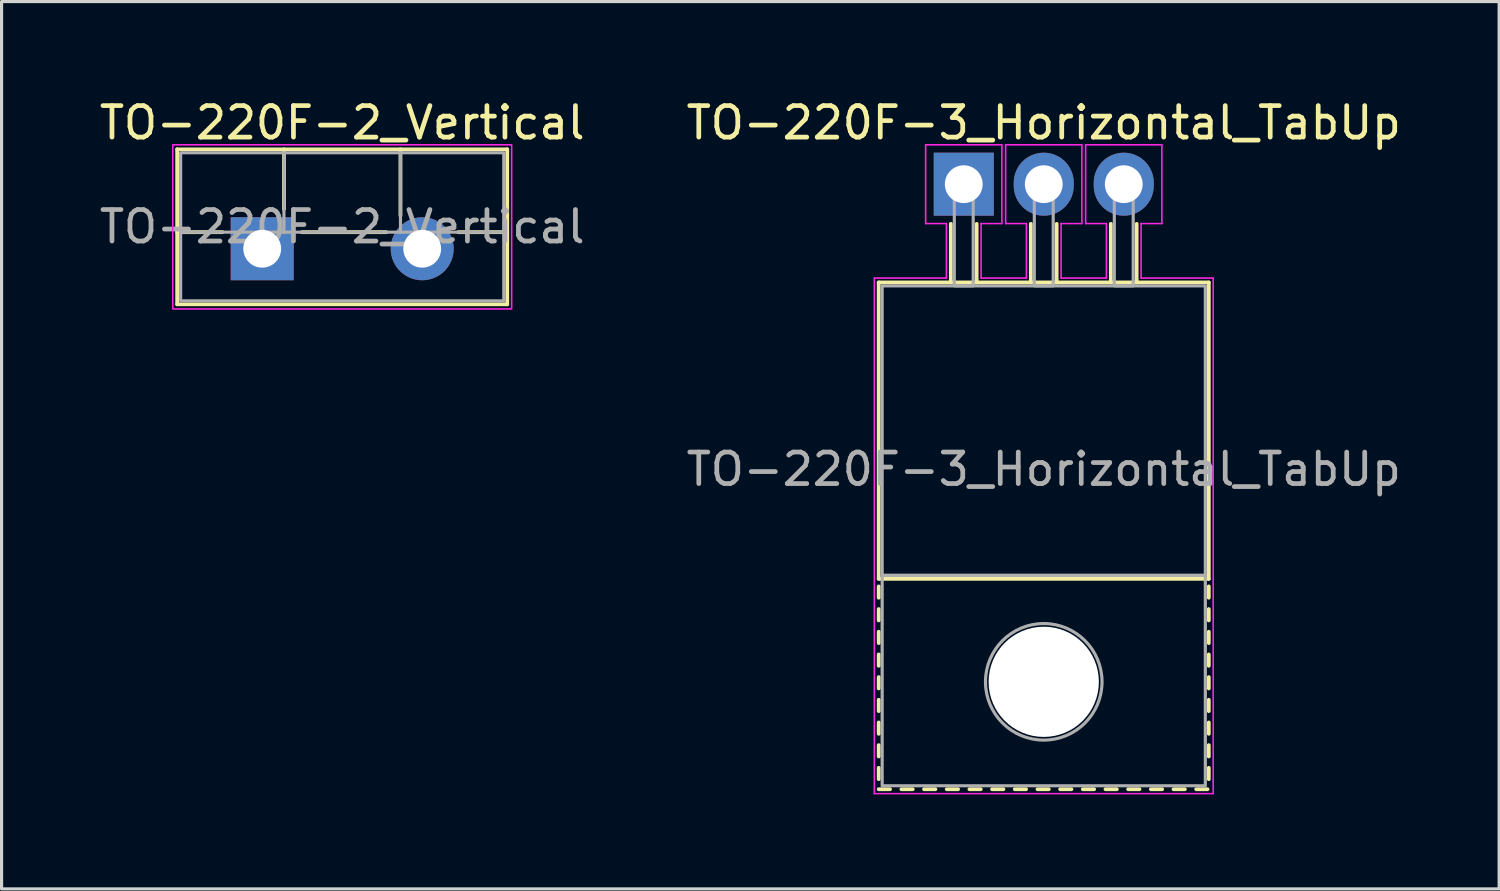
<source format=kicad_pcb>
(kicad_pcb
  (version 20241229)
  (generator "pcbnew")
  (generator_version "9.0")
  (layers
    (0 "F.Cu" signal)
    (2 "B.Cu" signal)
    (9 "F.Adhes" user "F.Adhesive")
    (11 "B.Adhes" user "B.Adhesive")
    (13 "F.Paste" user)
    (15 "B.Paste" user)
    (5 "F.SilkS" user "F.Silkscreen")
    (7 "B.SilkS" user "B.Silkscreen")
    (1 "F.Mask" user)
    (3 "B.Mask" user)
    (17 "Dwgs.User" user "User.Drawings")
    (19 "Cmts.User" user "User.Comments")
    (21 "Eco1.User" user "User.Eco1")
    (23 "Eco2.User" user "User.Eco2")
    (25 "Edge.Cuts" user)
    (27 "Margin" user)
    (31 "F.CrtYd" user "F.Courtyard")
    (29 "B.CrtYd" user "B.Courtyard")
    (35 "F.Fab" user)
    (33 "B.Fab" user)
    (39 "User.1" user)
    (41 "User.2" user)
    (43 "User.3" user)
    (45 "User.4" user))
  (footprint "TO-220F-3_Horizontal_TabUp"
    (layer "F.Cu")
    (at 27.549 2.798)
    (property "Reference" "TO-220F-3_Horizontal_TabUp" (at 2.54 -1.95 0) (layer "F.SilkS") (effects (font (size 1 1) (thickness 0.15))))
    (attr through_hole)
    (fp_line (start -2.7 3.12) (end -2.7 12.53) (stroke (width 0.12) (type solid)) (layer "F.SilkS"))
    (fp_line (start -2.7 3.12) (end 7.78 3.12) (stroke (width 0.12) (type solid)) (layer "F.SilkS"))
    (fp_line (start -2.7 12.53) (end 7.78 12.53) (stroke (width 0.12) (type solid)) (layer "F.SilkS"))
    (fp_line (start -2.7 12.77) (end -2.7 13.13) (stroke (width 0.12) (type solid)) (layer "F.SilkS"))
    (fp_line (start -2.7 13.49) (end -2.7 13.85) (stroke (width 0.12) (type solid)) (layer "F.SilkS"))
    (fp_line (start -2.7 14.21) (end -2.7 14.57) (stroke (width 0.12) (type solid)) (layer "F.SilkS"))
    (fp_line (start -2.7 14.93) (end -2.7 15.29) (stroke (width 0.12) (type solid)) (layer "F.SilkS"))
    (fp_line (start -2.7 15.65) (end -2.7 16.01) (stroke (width 0.12) (type solid)) (layer "F.SilkS"))
    (fp_line (start -2.7 16.37) (end -2.7 16.73) (stroke (width 0.12) (type solid)) (layer "F.SilkS"))
    (fp_line (start -2.7 17.09) (end -2.7 17.45) (stroke (width 0.12) (type solid)) (layer "F.SilkS"))
    (fp_line (start -2.7 17.81) (end -2.7 18.17) (stroke (width 0.12) (type solid)) (layer "F.SilkS"))
    (fp_line (start -2.7 18.53) (end -2.7 18.89) (stroke (width 0.12) (type solid)) (layer "F.SilkS"))
    (fp_line (start -2.7 19.21) (end -2.34 19.21) (stroke (width 0.12) (type solid)) (layer "F.SilkS"))
    (fp_line (start -1.98 19.21) (end -1.62 19.21) (stroke (width 0.12) (type solid)) (layer "F.SilkS"))
    (fp_line (start -1.26 19.21) (end -0.9 19.21) (stroke (width 0.12) (type solid)) (layer "F.SilkS"))
    (fp_line (start -0.54 19.21) (end -0.18 19.21) (stroke (width 0.12) (type solid)) (layer "F.SilkS"))
    (fp_line (start -0.41 3.12) (end -0.41 1.26) (stroke (width 0.12) (type solid)) (layer "F.SilkS"))
    (fp_line (start 0.18 19.21) (end 0.54 19.21) (stroke (width 0.12) (type solid)) (layer "F.SilkS"))
    (fp_line (start 0.41 3.12) (end 0.41 1.26) (stroke (width 0.12) (type solid)) (layer "F.SilkS"))
    (fp_line (start 0.9 19.21) (end 1.26 19.21) (stroke (width 0.12) (type solid)) (layer "F.SilkS"))
    (fp_line (start 1.62 19.21) (end 1.98 19.21) (stroke (width 0.12) (type solid)) (layer "F.SilkS"))
    (fp_line (start 2.13 3.12) (end 2.13 1.26) (stroke (width 0.12) (type solid)) (layer "F.SilkS"))
    (fp_line (start 2.34 19.21) (end 2.7 19.21) (stroke (width 0.12) (type solid)) (layer "F.SilkS"))
    (fp_line (start 2.95 3.12) (end 2.95 1.26) (stroke (width 0.12) (type solid)) (layer "F.SilkS"))
    (fp_line (start 3.06 19.21) (end 3.42 19.21) (stroke (width 0.12) (type solid)) (layer "F.SilkS"))
    (fp_line (start 3.78 19.21) (end 4.14 19.21) (stroke (width 0.12) (type solid)) (layer "F.SilkS"))
    (fp_line (start 4.5 19.21) (end 4.86 19.21) (stroke (width 0.12) (type solid)) (layer "F.SilkS"))
    (fp_line (start 4.67 3.12) (end 4.67 1.26) (stroke (width 0.12) (type solid)) (layer "F.SilkS"))
    (fp_line (start 5.22 19.21) (end 5.58 19.21) (stroke (width 0.12) (type solid)) (layer "F.SilkS"))
    (fp_line (start 5.49 3.12) (end 5.49 1.26) (stroke (width 0.12) (type solid)) (layer "F.SilkS"))
    (fp_line (start 5.94 19.21) (end 6.3 19.21) (stroke (width 0.12) (type solid)) (layer "F.SilkS"))
    (fp_line (start 6.66 19.21) (end 7.02 19.21) (stroke (width 0.12) (type solid)) (layer "F.SilkS"))
    (fp_line (start 7.38 19.21) (end 7.74 19.21) (stroke (width 0.12) (type solid)) (layer "F.SilkS"))
    (fp_line (start 7.78 3.12) (end 7.78 12.53) (stroke (width 0.12) (type solid)) (layer "F.SilkS"))
    (fp_line (start 7.78 12.77) (end 7.78 13.13) (stroke (width 0.12) (type solid)) (layer "F.SilkS"))
    (fp_line (start 7.78 13.49) (end 7.78 13.85) (stroke (width 0.12) (type solid)) (layer "F.SilkS"))
    (fp_line (start 7.78 14.21) (end 7.78 14.57) (stroke (width 0.12) (type solid)) (layer "F.SilkS"))
    (fp_line (start 7.78 14.93) (end 7.78 15.29) (stroke (width 0.12) (type solid)) (layer "F.SilkS"))
    (fp_line (start 7.78 15.65) (end 7.78 16.01) (stroke (width 0.12) (type solid)) (layer "F.SilkS"))
    (fp_line (start 7.78 16.37) (end 7.78 16.73) (stroke (width 0.12) (type solid)) (layer "F.SilkS"))
    (fp_line (start 7.78 17.09) (end 7.78 17.45) (stroke (width 0.12) (type solid)) (layer "F.SilkS"))
    (fp_line (start 7.78 17.81) (end 7.78 18.17) (stroke (width 0.12) (type solid)) (layer "F.SilkS"))
    (fp_line (start 7.78 18.53) (end 7.78 18.89) (stroke (width 0.12) (type solid)) (layer "F.SilkS"))
    (fp_line (start -2.84 2.98) (end -0.55 2.98) (stroke (width 0.05) (type solid)) (layer "F.CrtYd"))
    (fp_line (start -2.84 19.35) (end -2.84 2.98) (stroke (width 0.05) (type solid)) (layer "F.CrtYd"))
    (fp_line (start -1.21 -1.25) (end 1.21 -1.25) (stroke (width 0.05) (type solid)) (layer "F.CrtYd"))
    (fp_line (start -1.21 1.25) (end -1.21 -1.25) (stroke (width 0.05) (type solid)) (layer "F.CrtYd"))
    (fp_line (start -0.55 1.25) (end -1.21 1.25) (stroke (width 0.05) (type solid)) (layer "F.CrtYd"))
    (fp_line (start -0.55 2.98) (end -0.55 1.25) (stroke (width 0.05) (type solid)) (layer "F.CrtYd"))
    (fp_line (start 0.55 1.25) (end 0.55 2.98) (stroke (width 0.05) (type solid)) (layer "F.CrtYd"))
    (fp_line (start 0.55 2.98) (end 1.99 2.98) (stroke (width 0.05) (type solid)) (layer "F.CrtYd"))
    (fp_line (start 1.21 -1.25) (end 1.21 1.25) (stroke (width 0.05) (type solid)) (layer "F.CrtYd"))
    (fp_line (start 1.21 1.25) (end 0.55 1.25) (stroke (width 0.05) (type solid)) (layer "F.CrtYd"))
    (fp_line (start 1.33 -1.25) (end 3.75 -1.25) (stroke (width 0.05) (type solid)) (layer "F.CrtYd"))
    (fp_line (start 1.33 1.25) (end 1.33 -1.25) (stroke (width 0.05) (type solid)) (layer "F.CrtYd"))
    (fp_line (start 1.99 1.25) (end 1.33 1.25) (stroke (width 0.05) (type solid)) (layer "F.CrtYd"))
    (fp_line (start 1.99 2.98) (end 1.99 1.25) (stroke (width 0.05) (type solid)) (layer "F.CrtYd"))
    (fp_line (start 3.09 1.25) (end 3.09 2.98) (stroke (width 0.05) (type solid)) (layer "F.CrtYd"))
    (fp_line (start 3.09 2.98) (end 4.53 2.98) (stroke (width 0.05) (type solid)) (layer "F.CrtYd"))
    (fp_line (start 3.75 -1.25) (end 3.75 1.25) (stroke (width 0.05) (type solid)) (layer "F.CrtYd"))
    (fp_line (start 3.75 1.25) (end 3.09 1.25) (stroke (width 0.05) (type solid)) (layer "F.CrtYd"))
    (fp_line (start 3.87 -1.25) (end 6.29 -1.25) (stroke (width 0.05) (type solid)) (layer "F.CrtYd"))
    (fp_line (start 3.87 1.25) (end 3.87 -1.25) (stroke (width 0.05) (type solid)) (layer "F.CrtYd"))
    (fp_line (start 4.53 1.25) (end 3.87 1.25) (stroke (width 0.05) (type solid)) (layer "F.CrtYd"))
    (fp_line (start 4.53 2.98) (end 4.53 1.25) (stroke (width 0.05) (type solid)) (layer "F.CrtYd"))
    (fp_line (start 5.63 1.25) (end 5.63 2.98) (stroke (width 0.05) (type solid)) (layer "F.CrtYd"))
    (fp_line (start 5.63 2.98) (end 7.92 2.98) (stroke (width 0.05) (type solid)) (layer "F.CrtYd"))
    (fp_line (start 6.29 -1.25) (end 6.29 1.25) (stroke (width 0.05) (type solid)) (layer "F.CrtYd"))
    (fp_line (start 6.29 1.25) (end 5.63 1.25) (stroke (width 0.05) (type solid)) (layer "F.CrtYd"))
    (fp_line (start 7.92 2.98) (end 7.92 19.35) (stroke (width 0.05) (type solid)) (layer "F.CrtYd"))
    (fp_line (start 7.92 19.35) (end -2.84 19.35) (stroke (width 0.05) (type solid)) (layer "F.CrtYd"))
    (fp_rect (start -2.59 3.23) (end 7.67 12.42) (stroke (width 0.1) (type solid)) (fill no) (layer "F.Fab"))
    (fp_rect (start -2.59 12.42) (end 7.67 19.1) (stroke (width 0.1) (type solid)) (fill no) (layer "F.Fab"))
    (fp_rect (start -0.3 3.23) (end 0.3 0) (stroke (width 0.1) (type solid)) (fill no) (layer "F.Fab"))
    (fp_rect (start 2.24 3.23) (end 2.84 0) (stroke (width 0.1) (type solid)) (fill no) (layer "F.Fab"))
    (fp_rect (start 4.78 3.23) (end 5.38 0) (stroke (width 0.1) (type solid)) (fill no) (layer "F.Fab"))
    (fp_circle (center 2.54 15.8) (end 4.39 15.8) (stroke (width 0.1) (type solid)) (fill no) (layer "F.Fab"))
    (fp_text user "${REFERENCE}" (at 2.54 9.05 0) (layer "F.Fab") (effects (font (size 1 1) (thickness 0.15))))
    (pad "" np_thru_hole circle (at 2.54 15.8) (size 3.5 3.5) (drill 3.5) (layers "*.Cu" "*.Mask"))
    (pad "1" thru_hole rect (at 0 0) (size 1.905 2) (drill 1.2) (layers "*.Cu" "*.Mask"))
    (pad "2" thru_hole oval (at 2.54 0) (size 1.905 2) (drill 1.2) (layers "*.Cu" "*.Mask"))
    (pad "3" thru_hole oval (at 5.08 0) (size 1.905 2) (drill 1.2) (layers "*.Cu" "*.Mask")))
  (footprint "TO-220F-2_Vertical"
    (layer "F.Cu")
    (at 5.275 4.848)
    (property "Reference" "TO-220F-2_Vertical" (at 2.54 -4 0) (layer "F.SilkS") (effects (font (size 1 1) (thickness 0.15))))
    (attr through_hole)
    (fp_line (start -2.7 -3.157) (end -2.7 1.763) (stroke (width 0.12) (type solid)) (layer "F.SilkS"))
    (fp_line (start -2.7 -3.157) (end 7.78 -3.157) (stroke (width 0.12) (type solid)) (layer "F.SilkS"))
    (fp_line (start -2.7 -0.527) (end -1.26 -0.527) (stroke (width 0.12) (type solid)) (layer "F.SilkS"))
    (fp_line (start -2.7 1.763) (end 7.78 1.763) (stroke (width 0.12) (type solid)) (layer "F.SilkS"))
    (fp_line (start 0.69 -3.157) (end 0.69 -1.26) (stroke (width 0.12) (type solid)) (layer "F.SilkS"))
    (fp_line (start 1.26 -0.527) (end 3.936 -0.527) (stroke (width 0.12) (type solid)) (layer "F.SilkS"))
    (fp_line (start 4.39 -3.157) (end 4.39 -1.054) (stroke (width 0.12) (type solid)) (layer "F.SilkS"))
    (fp_line (start 6.224 -0.527) (end 7.78 -0.527) (stroke (width 0.12) (type solid)) (layer "F.SilkS"))
    (fp_line (start 7.78 -3.157) (end 7.78 1.763) (stroke (width 0.12) (type solid)) (layer "F.SilkS"))
    (fp_rect (start 7.92 1.91) (end -2.84 -3.3) (stroke (width 0.05) (type solid)) (fill no) (layer "F.CrtYd"))
    (fp_line (start -2.59 -0.527) (end 7.67 -0.527) (stroke (width 0.1) (type solid)) (layer "F.Fab"))
    (fp_line (start 0.69 -3.047) (end 0.69 -0.527) (stroke (width 0.1) (type solid)) (layer "F.Fab"))
    (fp_line (start 4.39 -3.047) (end 4.39 -0.527) (stroke (width 0.1) (type solid)) (layer "F.Fab"))
    (fp_rect (start -2.59 -3.047) (end 7.67 1.653) (stroke (width 0.1) (type solid)) (fill no) (layer "F.Fab"))
    (fp_text user "${REFERENCE}" (at 2.54 -0.7 0) (layer "F.Fab") (effects (font (size 1 1) (thickness 0.15))))
    (pad "1" thru_hole rect (at 0 0) (size 2 2) (drill 1.2) (layers "*.Cu" "*.Mask"))
    (pad "2" thru_hole circle (at 5.08 0) (size 2 2) (drill 1.2) (layers "*.Cu" "*.Mask")))
  (gr_rect
    (start -3 -3)
    (end 44.548 25.173)
    (stroke (width 0.1) (type default))
    (fill no)
    (layer "Edge.Cuts")))
</source>
